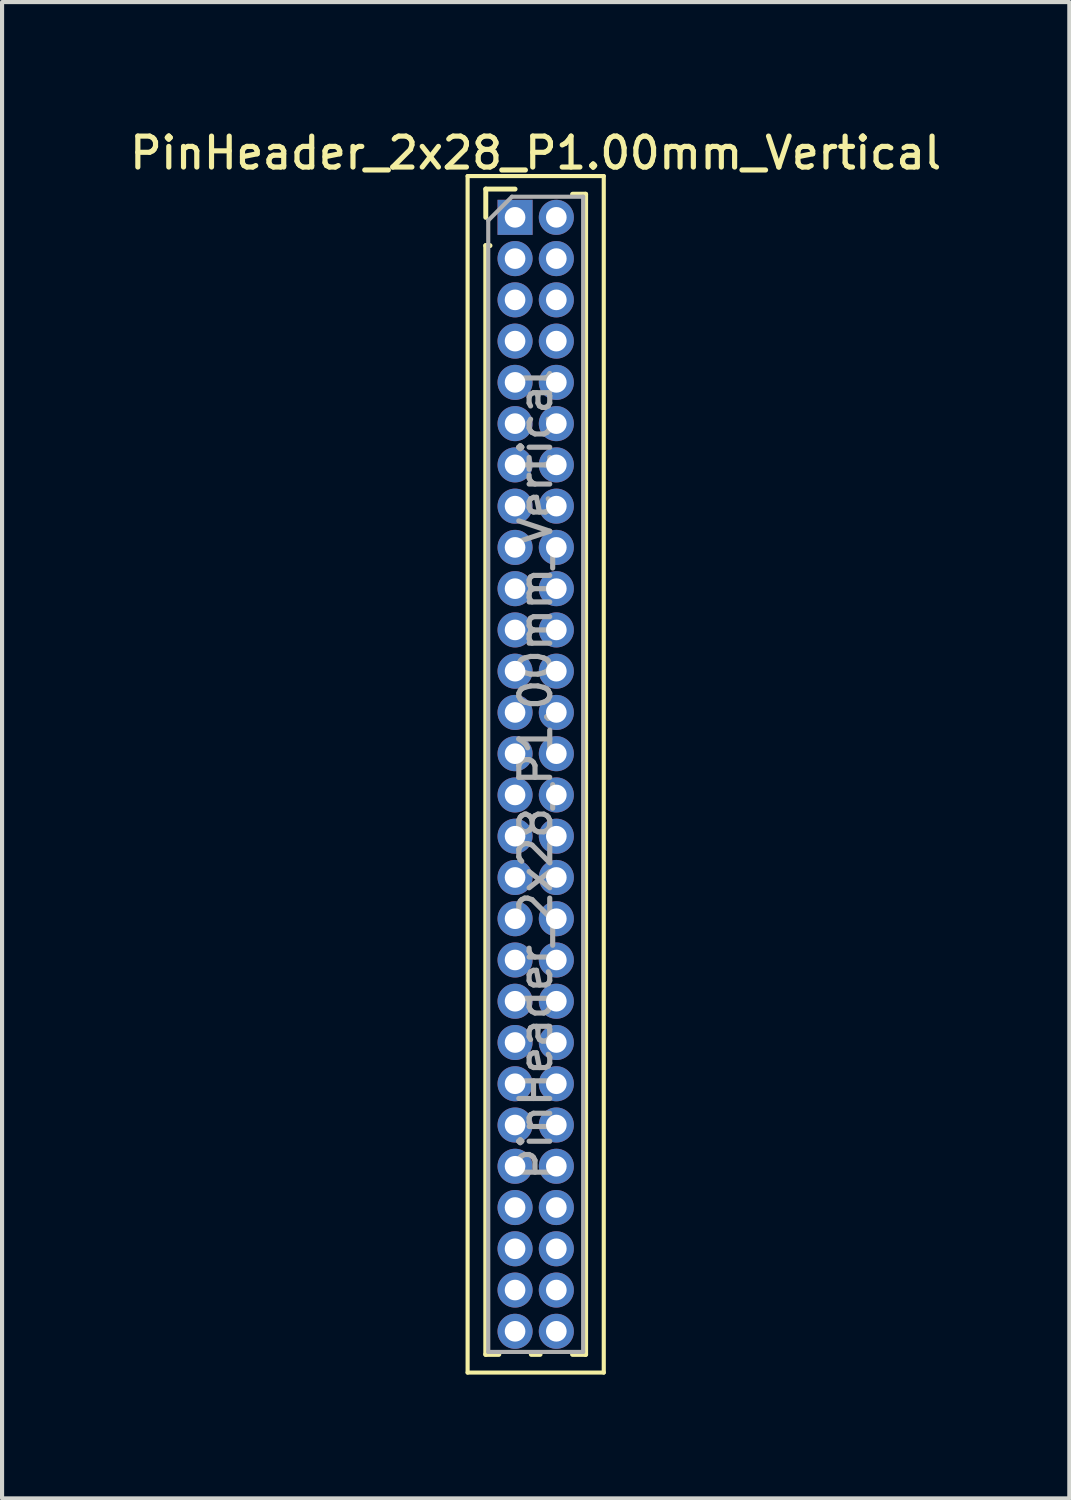
<source format=kicad_pcb>
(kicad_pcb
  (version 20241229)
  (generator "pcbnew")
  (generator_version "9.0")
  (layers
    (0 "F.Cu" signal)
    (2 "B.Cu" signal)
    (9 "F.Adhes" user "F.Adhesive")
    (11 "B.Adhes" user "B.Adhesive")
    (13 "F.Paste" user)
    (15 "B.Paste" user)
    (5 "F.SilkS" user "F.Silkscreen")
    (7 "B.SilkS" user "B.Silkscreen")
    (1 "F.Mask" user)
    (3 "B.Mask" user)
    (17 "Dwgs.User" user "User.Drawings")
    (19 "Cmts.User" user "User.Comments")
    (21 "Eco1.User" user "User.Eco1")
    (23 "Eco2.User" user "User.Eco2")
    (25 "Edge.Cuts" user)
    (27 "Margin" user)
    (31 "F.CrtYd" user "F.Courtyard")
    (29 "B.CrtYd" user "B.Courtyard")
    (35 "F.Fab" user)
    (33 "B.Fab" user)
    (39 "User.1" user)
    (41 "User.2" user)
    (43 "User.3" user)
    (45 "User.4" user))
  (footprint "PinHeader_2x28_P1.00mm_Vertical"
    (layer "F.Cu")
    (at 9.434 2.218)
    (property "Reference" "PinHeader_2x28_P1.00mm_Vertical" (at 0.5 -1.56 0) (layer "F.SilkS") (effects (font (size 0.75 0.75) (thickness 0.125))))
    (attr through_hole)
    (fp_line (start -1.15 -1) (end -1.15 28) (stroke (width 0.1) (type solid)) (layer "F.SilkS"))
    (fp_line (start -1.15 28) (end 2.15 28) (stroke (width 0.1) (type solid)) (layer "F.SilkS"))
    (fp_line (start -0.71 -0.685) (end 0 -0.685) (stroke (width 0.12) (type solid)) (layer "F.SilkS"))
    (fp_line (start -0.71 0) (end -0.71 -0.685) (stroke (width 0.12) (type solid)) (layer "F.SilkS"))
    (fp_line (start -0.71 0.685) (end -0.71 27.56) (stroke (width 0.12) (type solid)) (layer "F.SilkS"))
    (fp_line (start -0.71 0.685) (end -0.608 0.685) (stroke (width 0.12) (type solid)) (layer "F.SilkS"))
    (fp_line (start -0.71 27.56) (end -0.394 27.56) (stroke (width 0.12) (type solid)) (layer "F.SilkS"))
    (fp_line (start 0.394 27.56) (end 0.606 27.56) (stroke (width 0.12) (type solid)) (layer "F.SilkS"))
    (fp_line (start 1.394 -0.56) (end 1.71 -0.56) (stroke (width 0.12) (type solid)) (layer "F.SilkS"))
    (fp_line (start 1.394 27.56) (end 1.71 27.56) (stroke (width 0.12) (type solid)) (layer "F.SilkS"))
    (fp_line (start 1.71 -0.56) (end 1.71 27.56) (stroke (width 0.12) (type solid)) (layer "F.SilkS"))
    (fp_line (start 2.15 -1) (end -1.15 -1) (stroke (width 0.1) (type solid)) (layer "F.SilkS"))
    (fp_line (start 2.15 28) (end 2.15 -1) (stroke (width 0.1) (type solid)) (layer "F.SilkS"))
    (fp_line (start -0.65 0.075) (end -0.075 -0.5) (stroke (width 0.1) (type solid)) (layer "F.Fab"))
    (fp_line (start -0.65 27.5) (end -0.65 0.075) (stroke (width 0.1) (type solid)) (layer "F.Fab"))
    (fp_line (start -0.075 -0.5) (end 1.65 -0.5) (stroke (width 0.1) (type solid)) (layer "F.Fab"))
    (fp_line (start 1.65 -0.5) (end 1.65 27.5) (stroke (width 0.1) (type solid)) (layer "F.Fab"))
    (fp_line (start 1.65 27.5) (end -0.65 27.5) (stroke (width 0.1) (type solid)) (layer "F.Fab"))
    (fp_text user "${REFERENCE}" (at 0.5 13.5 90) (layer "F.Fab") (effects (font (size 0.75 0.75) (thickness 0.125))))
    (pad "1" thru_hole rect (at 0 0) (size 0.85 0.85) (drill 0.5) (layers "*.Cu" "*.Mask"))
    (pad "2" thru_hole oval (at 1 0) (size 0.85 0.85) (drill 0.5) (layers "*.Cu" "*.Mask"))
    (pad "3" thru_hole oval (at 0 1) (size 0.85 0.85) (drill 0.5) (layers "*.Cu" "*.Mask"))
    (pad "4" thru_hole oval (at 1 1) (size 0.85 0.85) (drill 0.5) (layers "*.Cu" "*.Mask"))
    (pad "5" thru_hole oval (at 0 2) (size 0.85 0.85) (drill 0.5) (layers "*.Cu" "*.Mask"))
    (pad "6" thru_hole oval (at 1 2) (size 0.85 0.85) (drill 0.5) (layers "*.Cu" "*.Mask"))
    (pad "7" thru_hole oval (at 0 3) (size 0.85 0.85) (drill 0.5) (layers "*.Cu" "*.Mask"))
    (pad "8" thru_hole oval (at 1 3) (size 0.85 0.85) (drill 0.5) (layers "*.Cu" "*.Mask"))
    (pad "9" thru_hole oval (at 0 4) (size 0.85 0.85) (drill 0.5) (layers "*.Cu" "*.Mask"))
    (pad "10" thru_hole oval (at 1 4) (size 0.85 0.85) (drill 0.5) (layers "*.Cu" "*.Mask"))
    (pad "11" thru_hole oval (at 0 5) (size 0.85 0.85) (drill 0.5) (layers "*.Cu" "*.Mask"))
    (pad "12" thru_hole oval (at 1 5) (size 0.85 0.85) (drill 0.5) (layers "*.Cu" "*.Mask"))
    (pad "13" thru_hole oval (at 0 6) (size 0.85 0.85) (drill 0.5) (layers "*.Cu" "*.Mask"))
    (pad "14" thru_hole oval (at 1 6) (size 0.85 0.85) (drill 0.5) (layers "*.Cu" "*.Mask"))
    (pad "15" thru_hole oval (at 0 7) (size 0.85 0.85) (drill 0.5) (layers "*.Cu" "*.Mask"))
    (pad "16" thru_hole oval (at 1 7) (size 0.85 0.85) (drill 0.5) (layers "*.Cu" "*.Mask"))
    (pad "17" thru_hole oval (at 0 8) (size 0.85 0.85) (drill 0.5) (layers "*.Cu" "*.Mask"))
    (pad "18" thru_hole oval (at 1 8) (size 0.85 0.85) (drill 0.5) (layers "*.Cu" "*.Mask"))
    (pad "19" thru_hole oval (at 0 9) (size 0.85 0.85) (drill 0.5) (layers "*.Cu" "*.Mask"))
    (pad "20" thru_hole oval (at 1 9) (size 0.85 0.85) (drill 0.5) (layers "*.Cu" "*.Mask"))
    (pad "21" thru_hole oval (at 0 10) (size 0.85 0.85) (drill 0.5) (layers "*.Cu" "*.Mask"))
    (pad "22" thru_hole oval (at 1 10) (size 0.85 0.85) (drill 0.5) (layers "*.Cu" "*.Mask"))
    (pad "23" thru_hole oval (at 0 11) (size 0.85 0.85) (drill 0.5) (layers "*.Cu" "*.Mask"))
    (pad "24" thru_hole oval (at 1 11) (size 0.85 0.85) (drill 0.5) (layers "*.Cu" "*.Mask"))
    (pad "25" thru_hole oval (at 0 12) (size 0.85 0.85) (drill 0.5) (layers "*.Cu" "*.Mask"))
    (pad "26" thru_hole oval (at 1 12) (size 0.85 0.85) (drill 0.5) (layers "*.Cu" "*.Mask"))
    (pad "27" thru_hole oval (at 0 13) (size 0.85 0.85) (drill 0.5) (layers "*.Cu" "*.Mask"))
    (pad "28" thru_hole oval (at 1 13) (size 0.85 0.85) (drill 0.5) (layers "*.Cu" "*.Mask"))
    (pad "29" thru_hole oval (at 0 14) (size 0.85 0.85) (drill 0.5) (layers "*.Cu" "*.Mask"))
    (pad "30" thru_hole oval (at 1 14) (size 0.85 0.85) (drill 0.5) (layers "*.Cu" "*.Mask"))
    (pad "31" thru_hole oval (at 0 15) (size 0.85 0.85) (drill 0.5) (layers "*.Cu" "*.Mask"))
    (pad "32" thru_hole oval (at 1 15) (size 0.85 0.85) (drill 0.5) (layers "*.Cu" "*.Mask"))
    (pad "33" thru_hole oval (at 0 16) (size 0.85 0.85) (drill 0.5) (layers "*.Cu" "*.Mask"))
    (pad "34" thru_hole oval (at 1 16) (size 0.85 0.85) (drill 0.5) (layers "*.Cu" "*.Mask"))
    (pad "35" thru_hole oval (at 0 17) (size 0.85 0.85) (drill 0.5) (layers "*.Cu" "*.Mask"))
    (pad "36" thru_hole oval (at 1 17) (size 0.85 0.85) (drill 0.5) (layers "*.Cu" "*.Mask"))
    (pad "37" thru_hole oval (at 0 18) (size 0.85 0.85) (drill 0.5) (layers "*.Cu" "*.Mask"))
    (pad "38" thru_hole oval (at 1 18) (size 0.85 0.85) (drill 0.5) (layers "*.Cu" "*.Mask"))
    (pad "39" thru_hole oval (at 0 19) (size 0.85 0.85) (drill 0.5) (layers "*.Cu" "*.Mask"))
    (pad "40" thru_hole oval (at 1 19) (size 0.85 0.85) (drill 0.5) (layers "*.Cu" "*.Mask"))
    (pad "41" thru_hole oval (at 0 20) (size 0.85 0.85) (drill 0.5) (layers "*.Cu" "*.Mask"))
    (pad "42" thru_hole oval (at 1 20) (size 0.85 0.85) (drill 0.5) (layers "*.Cu" "*.Mask"))
    (pad "43" thru_hole oval (at 0 21) (size 0.85 0.85) (drill 0.5) (layers "*.Cu" "*.Mask"))
    (pad "44" thru_hole oval (at 1 21) (size 0.85 0.85) (drill 0.5) (layers "*.Cu" "*.Mask"))
    (pad "45" thru_hole oval (at 0 22) (size 0.85 0.85) (drill 0.5) (layers "*.Cu" "*.Mask"))
    (pad "46" thru_hole oval (at 1 22) (size 0.85 0.85) (drill 0.5) (layers "*.Cu" "*.Mask"))
    (pad "47" thru_hole oval (at 0 23) (size 0.85 0.85) (drill 0.5) (layers "*.Cu" "*.Mask"))
    (pad "48" thru_hole oval (at 1 23) (size 0.85 0.85) (drill 0.5) (layers "*.Cu" "*.Mask"))
    (pad "49" thru_hole oval (at 0 24) (size 0.85 0.85) (drill 0.5) (layers "*.Cu" "*.Mask"))
    (pad "50" thru_hole oval (at 1 24) (size 0.85 0.85) (drill 0.5) (layers "*.Cu" "*.Mask"))
    (pad "51" thru_hole oval (at 0 25) (size 0.85 0.85) (drill 0.5) (layers "*.Cu" "*.Mask"))
    (pad "52" thru_hole oval (at 1 25) (size 0.85 0.85) (drill 0.5) (layers "*.Cu" "*.Mask"))
    (pad "53" thru_hole oval (at 0 26) (size 0.85 0.85) (drill 0.5) (layers "*.Cu" "*.Mask"))
    (pad "54" thru_hole oval (at 1 26) (size 0.85 0.85) (drill 0.5) (layers "*.Cu" "*.Mask"))
    (pad "55" thru_hole oval (at 0 27) (size 0.85 0.85) (drill 0.5) (layers "*.Cu" "*.Mask"))
    (pad "56" thru_hole oval (at 1 27) (size 0.85 0.85) (drill 0.5) (layers "*.Cu" "*.Mask")))
  (gr_rect
    (start -3 -3)
    (end 22.868 33.268)
    (stroke (width 0.1) (type default))
    (fill no)
    (layer "Edge.Cuts")))
</source>
